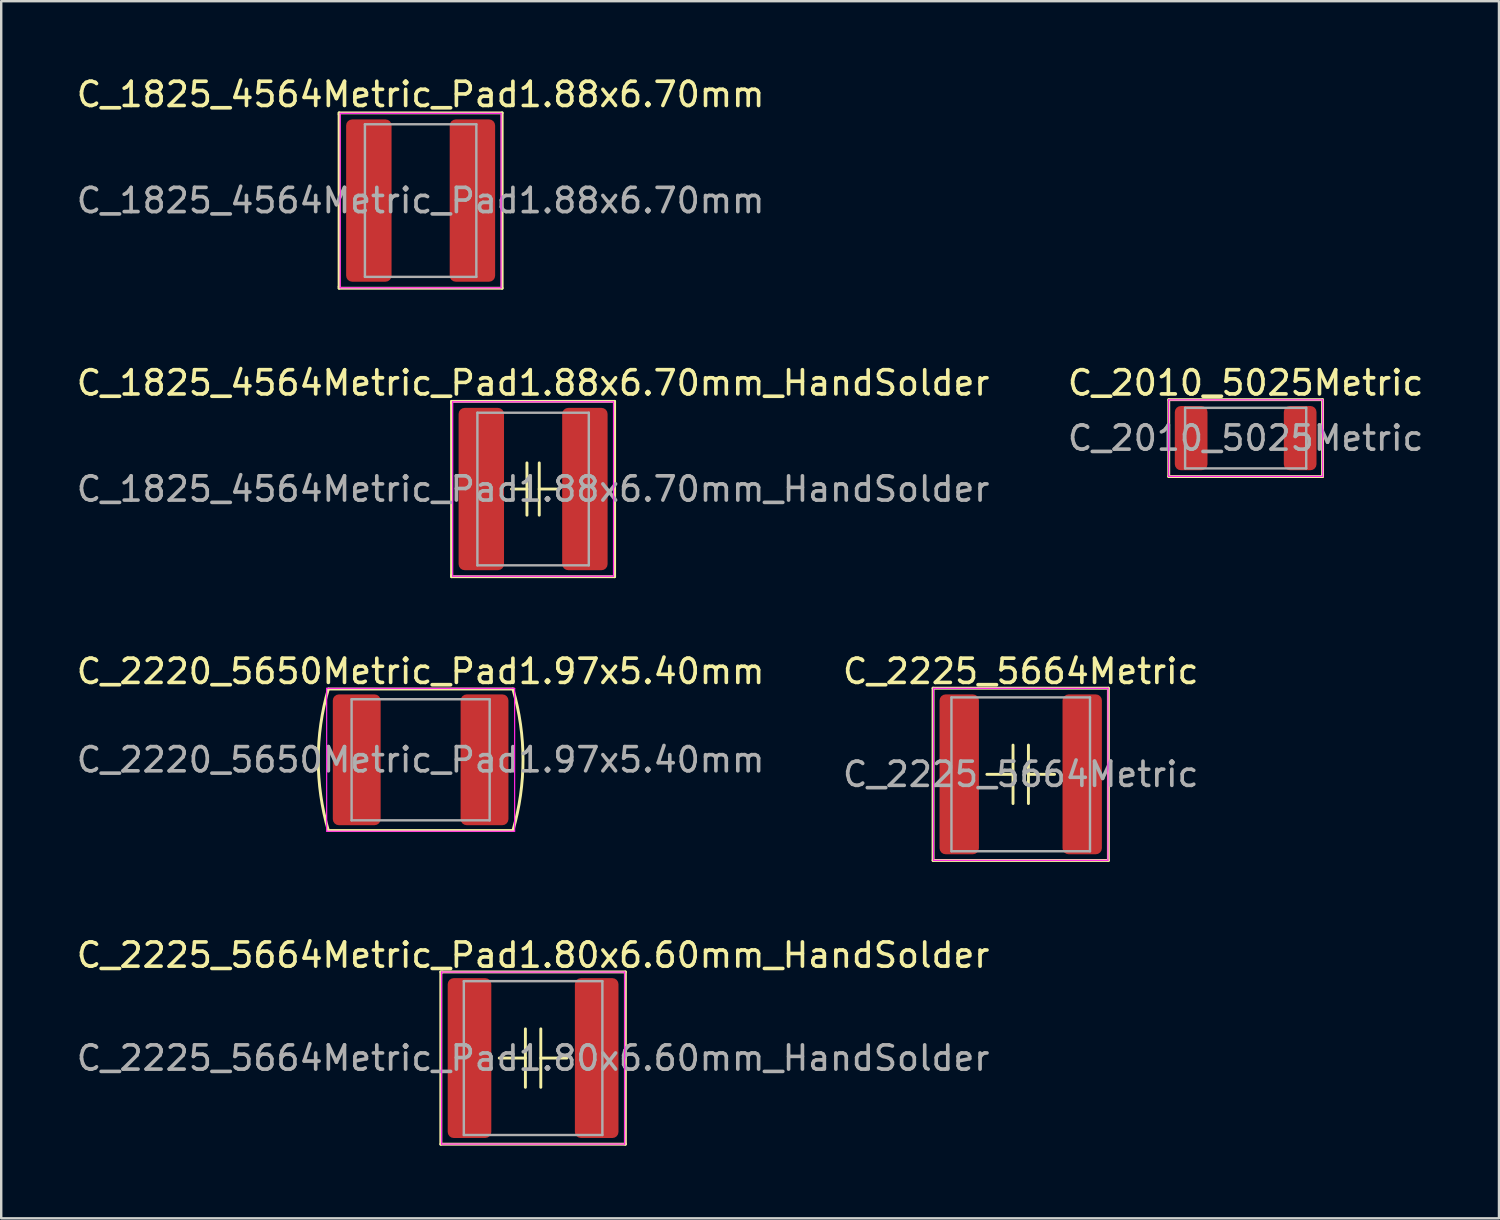
<source format=kicad_pcb>
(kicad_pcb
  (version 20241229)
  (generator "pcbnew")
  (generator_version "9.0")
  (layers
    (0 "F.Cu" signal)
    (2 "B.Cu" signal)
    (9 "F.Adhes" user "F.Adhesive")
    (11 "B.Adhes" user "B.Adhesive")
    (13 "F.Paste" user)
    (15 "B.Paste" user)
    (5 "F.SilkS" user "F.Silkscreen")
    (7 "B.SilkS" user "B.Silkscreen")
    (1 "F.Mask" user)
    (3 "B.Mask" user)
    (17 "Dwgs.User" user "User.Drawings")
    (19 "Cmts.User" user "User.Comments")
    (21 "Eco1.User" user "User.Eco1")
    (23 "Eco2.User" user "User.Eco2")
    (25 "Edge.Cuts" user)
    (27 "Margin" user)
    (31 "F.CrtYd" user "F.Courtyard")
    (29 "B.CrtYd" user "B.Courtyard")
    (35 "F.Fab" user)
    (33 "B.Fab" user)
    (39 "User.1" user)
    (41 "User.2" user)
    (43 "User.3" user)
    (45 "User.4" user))
  (footprint "C_2225_5664Metric_Pad1.80x6.60mm_HandSolder"
    (layer "F.Cu")
    (at 18.958 40.631)
    (property "Reference" "C_2225_5664Metric_Pad1.80x6.60mm_HandSolder" (at 0 -4.25 0) (layer "F.SilkS") (effects (font (size 1 1) (thickness 0.15))))
    (attr smd)
    (fp_line (start -3.81 -3.556) (end -3.81 3.556) (stroke (width 0.12) (type solid)) (layer "F.SilkS"))
    (fp_line (start -3.81 3.556) (end 3.81 3.556) (stroke (width 0.12) (type solid)) (layer "F.SilkS"))
    (fp_line (start -3.747 -3.556) (end -3.81 -3.556) (stroke (width 0.12) (type solid)) (layer "F.SilkS"))
    (fp_line (start -0.318 -1.206) (end -0.318 1.206) (stroke (width 0.12) (type solid)) (layer "F.SilkS"))
    (fp_line (start -0.318 0) (end -1.397 0) (stroke (width 0.12) (type solid)) (layer "F.SilkS"))
    (fp_line (start 0.318 -1.206) (end 0.318 1.206) (stroke (width 0.12) (type solid)) (layer "F.SilkS"))
    (fp_line (start 0.318 0) (end 1.397 0) (stroke (width 0.12) (type solid)) (layer "F.SilkS"))
    (fp_line (start 3.81 -3.556) (end -3.747 -3.556) (stroke (width 0.12) (type solid)) (layer "F.SilkS"))
    (fp_line (start 3.81 3.556) (end 3.81 -3.556) (stroke (width 0.12) (type solid)) (layer "F.SilkS"))
    (fp_line (start -3.78 -3.55) (end 3.78 -3.55) (stroke (width 0.05) (type solid)) (layer "F.CrtYd"))
    (fp_line (start -3.78 3.55) (end -3.78 -3.55) (stroke (width 0.05) (type solid)) (layer "F.CrtYd"))
    (fp_line (start 3.78 -3.55) (end 3.78 3.55) (stroke (width 0.05) (type solid)) (layer "F.CrtYd"))
    (fp_line (start 3.78 3.55) (end -3.78 3.55) (stroke (width 0.05) (type solid)) (layer "F.CrtYd"))
    (fp_line (start -2.86 -3.175) (end 2.86 -3.175) (stroke (width 0.1) (type solid)) (layer "F.Fab"))
    (fp_line (start -2.86 3.175) (end -2.86 -3.175) (stroke (width 0.1) (type solid)) (layer "F.Fab"))
    (fp_line (start 2.86 -3.175) (end 2.86 3.175) (stroke (width 0.1) (type solid)) (layer "F.Fab"))
    (fp_line (start 2.86 3.175) (end -2.86 3.175) (stroke (width 0.1) (type solid)) (layer "F.Fab"))
    (fp_text user "${REFERENCE}" (at 0 0 0) (layer "F.Fab") (effects (font (size 1 1) (thickness 0.15))))
    (pad "1" smd roundrect (at -2.625 0) (size 1.8 6.6) (layers "F.Cu" "F.Mask" "F.Paste") (roundrect_rratio 0.139))
    (pad "2" smd roundrect (at 2.625 0) (size 1.8 6.6) (layers "F.Cu" "F.Mask" "F.Paste") (roundrect_rratio 0.139)))
  (footprint "C_1825_4564Metric_Pad1.88x6.70mm_HandSolder"
    (layer "F.Cu")
    (at 18.958 17.139)
    (property "Reference" "C_1825_4564Metric_Pad1.88x6.70mm_HandSolder" (at 0 -4.381 0) (layer "F.SilkS") (effects (font (size 1 1) (thickness 0.15))))
    (attr smd)
    (fp_line (start -3.365 -3.619) (end -3.365 -3.556) (stroke (width 0.12) (type solid)) (layer "F.SilkS"))
    (fp_line (start -3.365 -3.556) (end -3.365 3.556) (stroke (width 0.12) (type solid)) (layer "F.SilkS"))
    (fp_line (start -3.365 3.556) (end -3.365 3.619) (stroke (width 0.12) (type solid)) (layer "F.SilkS"))
    (fp_line (start -3.365 3.619) (end 3.365 3.619) (stroke (width 0.12) (type solid)) (layer "F.SilkS"))
    (fp_line (start -0.254 -1.079) (end -0.254 0) (stroke (width 0.12) (type solid)) (layer "F.SilkS"))
    (fp_line (start -0.254 0) (end -0.889 0) (stroke (width 0.12) (type solid)) (layer "F.SilkS"))
    (fp_line (start -0.254 0) (end -0.254 1.079) (stroke (width 0.12) (type solid)) (layer "F.SilkS"))
    (fp_line (start 0.254 -1.079) (end 0.254 0) (stroke (width 0.12) (type solid)) (layer "F.SilkS"))
    (fp_line (start 0.254 0) (end 0.254 1.079) (stroke (width 0.12) (type solid)) (layer "F.SilkS"))
    (fp_line (start 0.254 0) (end 0.953 0) (stroke (width 0.12) (type solid)) (layer "F.SilkS"))
    (fp_line (start 3.365 -3.619) (end -3.365 -3.619) (stroke (width 0.12) (type solid)) (layer "F.SilkS"))
    (fp_line (start 3.365 3.619) (end 3.365 -3.619) (stroke (width 0.12) (type solid)) (layer "F.SilkS"))
    (fp_line (start -3.32 -3.6) (end 3.32 -3.6) (stroke (width 0.05) (type solid)) (layer "F.CrtYd"))
    (fp_line (start -3.32 3.6) (end -3.32 -3.6) (stroke (width 0.05) (type solid)) (layer "F.CrtYd"))
    (fp_line (start 3.32 -3.6) (end 3.32 3.6) (stroke (width 0.05) (type solid)) (layer "F.CrtYd"))
    (fp_line (start 3.32 3.6) (end -3.32 3.6) (stroke (width 0.05) (type solid)) (layer "F.CrtYd"))
    (fp_line (start -2.3 -3.15) (end 2.3 -3.15) (stroke (width 0.1) (type solid)) (layer "F.Fab"))
    (fp_line (start -2.3 3.15) (end -2.3 -3.15) (stroke (width 0.1) (type solid)) (layer "F.Fab"))
    (fp_line (start 2.3 -3.15) (end 2.3 3.15) (stroke (width 0.1) (type solid)) (layer "F.Fab"))
    (fp_line (start 2.3 3.15) (end -2.3 3.15) (stroke (width 0.1) (type solid)) (layer "F.Fab"))
    (fp_text user "${REFERENCE}" (at 0 0 0) (layer "F.Fab") (effects (font (size 1 1) (thickness 0.15))))
    (pad "1" smd roundrect (at -2.138 0) (size 1.875 6.7) (layers "F.Cu" "F.Mask" "F.Paste") (roundrect_rratio 0.133))
    (pad "2" smd roundrect (at 2.138 0) (size 1.875 6.7) (layers "F.Cu" "F.Mask" "F.Paste") (roundrect_rratio 0.133)))
  (footprint "C_2220_5650Metric_Pad1.97x5.40mm"
    (layer "F.Cu")
    (at 14.315 28.317)
    (property "Reference" "C_2220_5650Metric_Pad1.97x5.40mm" (at 0 -3.65 0) (layer "F.SilkS") (effects (font (size 1 1) (thickness 0.15))))
    (attr smd)
    (fp_line (start -3.81 2.921) (end 3.81 2.921) (stroke (width 0.12) (type solid)) (layer "F.SilkS"))
    (fp_line (start 3.81 -2.921) (end -3.81 -2.921) (stroke (width 0.12) (type solid)) (layer "F.SilkS"))
    (fp_arc (start -3.81 2.921) (mid -4.226561 0) (end -3.81 -2.921) (stroke (width 0.12) (type solid)) (layer "F.SilkS"))
    (fp_arc (start 3.81 -2.921) (mid 4.226561 0) (end 3.81 2.921) (stroke (width 0.12) (type solid)) (layer "F.SilkS"))
    (fp_line (start -3.88 -2.95) (end 3.88 -2.95) (stroke (width 0.05) (type solid)) (layer "F.CrtYd"))
    (fp_line (start -3.88 2.95) (end -3.88 -2.95) (stroke (width 0.05) (type solid)) (layer "F.CrtYd"))
    (fp_line (start 3.88 -2.95) (end 3.88 2.95) (stroke (width 0.05) (type solid)) (layer "F.CrtYd"))
    (fp_line (start 3.88 2.95) (end -3.88 2.95) (stroke (width 0.05) (type solid)) (layer "F.CrtYd"))
    (fp_line (start -2.85 -2.5) (end 2.85 -2.5) (stroke (width 0.1) (type solid)) (layer "F.Fab"))
    (fp_line (start -2.85 2.5) (end -2.85 -2.5) (stroke (width 0.1) (type solid)) (layer "F.Fab"))
    (fp_line (start 2.85 -2.5) (end 2.85 2.5) (stroke (width 0.1) (type solid)) (layer "F.Fab"))
    (fp_line (start 2.85 2.5) (end -2.85 2.5) (stroke (width 0.1) (type solid)) (layer "F.Fab"))
    (fp_text user "${REFERENCE}" (at 0 0 0) (layer "F.Fab") (effects (font (size 1 1) (thickness 0.15))))
    (pad "1" smd roundrect (at -2.638 0) (size 1.975 5.4) (layers "F.Cu" "F.Mask" "F.Paste") (roundrect_rratio 0.127))
    (pad "2" smd roundrect (at 2.638 0) (size 1.975 5.4) (layers "F.Cu" "F.Mask" "F.Paste") (roundrect_rratio 0.127)))
  (footprint "C_1825_4564Metric_Pad1.88x6.70mm"
    (layer "F.Cu")
    (at 14.315 5.23)
    (property "Reference" "C_1825_4564Metric_Pad1.88x6.70mm" (at 0 -4.381 0) (layer "F.SilkS") (effects (font (size 1 1) (thickness 0.15))))
    (attr smd)
    (fp_line (start -3.365 -3.619) (end -3.365 -3.556) (stroke (width 0.12) (type solid)) (layer "F.SilkS"))
    (fp_line (start -3.365 -3.556) (end -3.365 3.556) (stroke (width 0.12) (type solid)) (layer "F.SilkS"))
    (fp_line (start -3.365 3.556) (end -3.365 3.619) (stroke (width 0.12) (type solid)) (layer "F.SilkS"))
    (fp_line (start -3.365 3.619) (end 3.365 3.619) (stroke (width 0.12) (type solid)) (layer "F.SilkS"))
    (fp_line (start 3.365 -3.619) (end -3.365 -3.619) (stroke (width 0.12) (type solid)) (layer "F.SilkS"))
    (fp_line (start 3.365 3.619) (end 3.365 -3.619) (stroke (width 0.12) (type solid)) (layer "F.SilkS"))
    (fp_line (start -3.32 -3.6) (end 3.32 -3.6) (stroke (width 0.05) (type solid)) (layer "F.CrtYd"))
    (fp_line (start -3.32 3.6) (end -3.32 -3.6) (stroke (width 0.05) (type solid)) (layer "F.CrtYd"))
    (fp_line (start 3.32 -3.6) (end 3.32 3.6) (stroke (width 0.05) (type solid)) (layer "F.CrtYd"))
    (fp_line (start 3.32 3.6) (end -3.32 3.6) (stroke (width 0.05) (type solid)) (layer "F.CrtYd"))
    (fp_line (start -2.3 -3.15) (end 2.3 -3.15) (stroke (width 0.1) (type solid)) (layer "F.Fab"))
    (fp_line (start -2.3 3.15) (end -2.3 -3.15) (stroke (width 0.1) (type solid)) (layer "F.Fab"))
    (fp_line (start 2.3 -3.15) (end 2.3 3.15) (stroke (width 0.1) (type solid)) (layer "F.Fab"))
    (fp_line (start 2.3 3.15) (end -2.3 3.15) (stroke (width 0.1) (type solid)) (layer "F.Fab"))
    (fp_text user "${REFERENCE}" (at 0 0 0) (layer "F.Fab") (effects (font (size 1 1) (thickness 0.15))))
    (pad "1" smd roundrect (at -2.138 0) (size 1.875 6.7) (layers "F.Cu" "F.Mask" "F.Paste") (roundrect_rratio 0.133))
    (pad "2" smd roundrect (at 2.138 0) (size 1.875 6.7) (layers "F.Cu" "F.Mask" "F.Paste") (roundrect_rratio 0.133)))
  (footprint "C_2010_5025Metric"
    (layer "F.Cu")
    (at 48.375 15.037)
    (property "Reference" "C_2010_5025Metric" (at 0 -2.28 0) (layer "F.SilkS") (effects (font (size 1 1) (thickness 0.15))))
    (attr smd)
    (fp_line (start -3.175 -1.587) (end -3.175 1.587) (stroke (width 0.12) (type solid)) (layer "F.SilkS"))
    (fp_line (start -3.175 1.587) (end 3.175 1.587) (stroke (width 0.12) (type solid)) (layer "F.SilkS"))
    (fp_line (start 3.175 -1.587) (end -3.175 -1.587) (stroke (width 0.12) (type solid)) (layer "F.SilkS"))
    (fp_line (start 3.175 1.587) (end 3.175 -1.587) (stroke (width 0.12) (type solid)) (layer "F.SilkS"))
    (fp_line (start -3.18 -1.58) (end 3.18 -1.58) (stroke (width 0.05) (type solid)) (layer "F.CrtYd"))
    (fp_line (start -3.18 1.58) (end -3.18 -1.58) (stroke (width 0.05) (type solid)) (layer "F.CrtYd"))
    (fp_line (start 3.18 -1.58) (end 3.18 1.58) (stroke (width 0.05) (type solid)) (layer "F.CrtYd"))
    (fp_line (start 3.18 1.58) (end -3.18 1.58) (stroke (width 0.05) (type solid)) (layer "F.CrtYd"))
    (fp_line (start -2.5 -1.25) (end 2.5 -1.25) (stroke (width 0.1) (type solid)) (layer "F.Fab"))
    (fp_line (start -2.5 1.25) (end -2.5 -1.25) (stroke (width 0.1) (type solid)) (layer "F.Fab"))
    (fp_line (start 2.5 -1.25) (end 2.5 1.25) (stroke (width 0.1) (type solid)) (layer "F.Fab"))
    (fp_line (start 2.5 1.25) (end -2.5 1.25) (stroke (width 0.1) (type solid)) (layer "F.Fab"))
    (fp_text user "${REFERENCE}" (at 0 0 0) (layer "F.Fab") (effects (font (size 1 1) (thickness 0.15))))
    (pad "1" smd roundrect (at -2.25 0) (size 1.35 2.65) (layers "F.Cu" "F.Mask" "F.Paste") (roundrect_rratio 0.185))
    (pad "2" smd roundrect (at 2.25 0) (size 1.35 2.65) (layers "F.Cu" "F.Mask" "F.Paste") (roundrect_rratio 0.185)))
  (footprint "C_2225_5664Metric"
    (layer "F.Cu")
    (at 39.089 28.917)
    (property "Reference" "C_2225_5664Metric" (at 0 -4.25 0) (layer "F.SilkS") (effects (font (size 1 1) (thickness 0.15))))
    (attr smd)
    (fp_line (start -3.619 -3.556) (end -3.619 3.556) (stroke (width 0.12) (type solid)) (layer "F.SilkS"))
    (fp_line (start -3.619 3.556) (end 3.619 3.556) (stroke (width 0.12) (type solid)) (layer "F.SilkS"))
    (fp_line (start -0.318 -1.206) (end -0.318 1.206) (stroke (width 0.12) (type solid)) (layer "F.SilkS"))
    (fp_line (start -0.318 0) (end -1.397 0) (stroke (width 0.12) (type solid)) (layer "F.SilkS"))
    (fp_line (start 0.318 -1.206) (end 0.318 1.206) (stroke (width 0.12) (type solid)) (layer "F.SilkS"))
    (fp_line (start 0.318 0) (end 1.397 0) (stroke (width 0.12) (type solid)) (layer "F.SilkS"))
    (fp_line (start 3.619 -3.556) (end -3.619 -3.556) (stroke (width 0.12) (type solid)) (layer "F.SilkS"))
    (fp_line (start 3.619 3.556) (end 3.619 -3.556) (stroke (width 0.12) (type solid)) (layer "F.SilkS"))
    (fp_line (start -3.6 -3.55) (end 3.6 -3.55) (stroke (width 0.05) (type solid)) (layer "F.CrtYd"))
    (fp_line (start -3.6 3.55) (end -3.6 -3.55) (stroke (width 0.05) (type solid)) (layer "F.CrtYd"))
    (fp_line (start 3.6 -3.55) (end 3.6 3.55) (stroke (width 0.05) (type solid)) (layer "F.CrtYd"))
    (fp_line (start 3.6 3.55) (end -3.6 3.55) (stroke (width 0.05) (type solid)) (layer "F.CrtYd"))
    (fp_line (start -2.86 -3.175) (end 2.86 -3.175) (stroke (width 0.1) (type solid)) (layer "F.Fab"))
    (fp_line (start -2.86 3.175) (end -2.86 -3.175) (stroke (width 0.1) (type solid)) (layer "F.Fab"))
    (fp_line (start 2.86 -3.175) (end 2.86 3.175) (stroke (width 0.1) (type solid)) (layer "F.Fab"))
    (fp_line (start 2.86 3.175) (end -2.86 3.175) (stroke (width 0.1) (type solid)) (layer "F.Fab"))
    (fp_text user "${REFERENCE}" (at 0 0 0) (layer "F.Fab") (effects (font (size 1 1) (thickness 0.15))))
    (pad "1" smd roundrect (at -2.538 0) (size 1.625 6.6) (layers "F.Cu" "F.Mask" "F.Paste") (roundrect_rratio 0.154))
    (pad "2" smd roundrect (at 2.538 0) (size 1.625 6.6) (layers "F.Cu" "F.Mask" "F.Paste") (roundrect_rratio 0.154)))
  (gr_rect
    (start -3 -3)
    (end 58.833 47.247)
    (stroke (width 0.1) (type default))
    (fill no)
    (layer "Edge.Cuts")))
</source>
